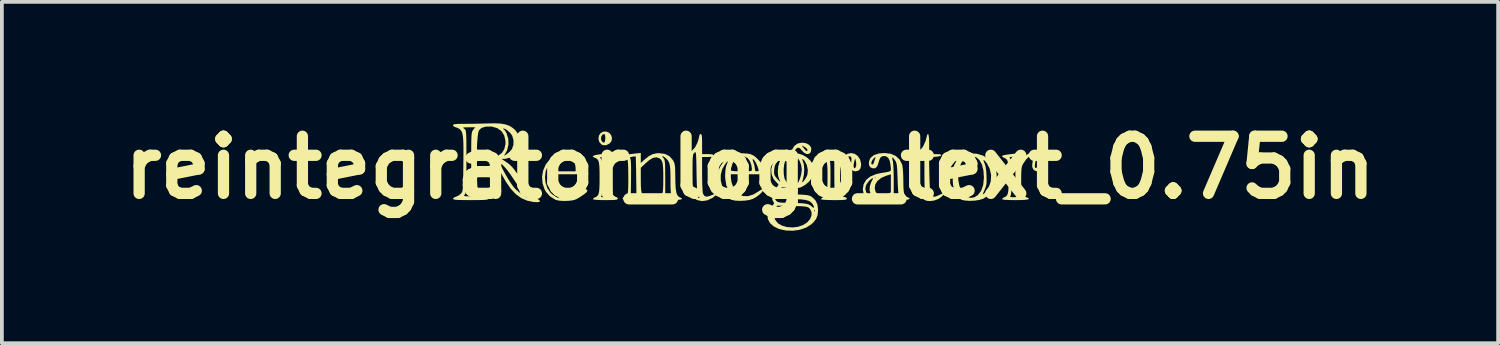
<source format=kicad_pcb>
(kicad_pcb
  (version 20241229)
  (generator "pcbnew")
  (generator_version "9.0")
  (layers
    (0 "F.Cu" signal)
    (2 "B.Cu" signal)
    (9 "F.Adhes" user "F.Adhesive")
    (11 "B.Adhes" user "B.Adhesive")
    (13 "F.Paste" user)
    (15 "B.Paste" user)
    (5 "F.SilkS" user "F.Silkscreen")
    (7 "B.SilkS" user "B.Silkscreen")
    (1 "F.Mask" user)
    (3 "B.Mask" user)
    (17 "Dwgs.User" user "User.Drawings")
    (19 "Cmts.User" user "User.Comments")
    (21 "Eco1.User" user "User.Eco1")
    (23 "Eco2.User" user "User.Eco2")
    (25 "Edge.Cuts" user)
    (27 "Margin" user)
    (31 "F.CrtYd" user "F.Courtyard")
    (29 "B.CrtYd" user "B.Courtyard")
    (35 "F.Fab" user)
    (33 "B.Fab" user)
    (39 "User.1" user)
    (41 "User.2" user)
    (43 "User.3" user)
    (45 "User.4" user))
  (footprint "reintegrator_logo_text_0.75in"
    (layer "F.Cu")
    (at 16.953 1.418)
    (property "Reference" "reintegrator_logo_text_0.75in" (at 0 0 0) (layer "F.SilkS") (effects (font (size 1.524 1.524) (thickness 0.3))))
    (attr board_only exclude_from_pos_files exclude_from_bom)
    (fp_poly (pts (xy -3.821 -0.957) (xy -3.749 -0.919) (xy -3.701 -0.857) (xy -3.681 -0.781) (xy -3.695 -0.704) (xy -3.746 -0.642) (xy -3.835 -0.595) (xy -3.92 -0.595) (xy -3.968 -0.62) (xy -4.024 -0.689) (xy -4.039 -0.755) (xy -3.974 -0.755) (xy -3.962 -0.719) (xy -3.923 -0.668) (xy -3.889 -0.666) (xy -3.866 -0.708) (xy -3.859 -0.779) (xy -3.863 -0.855) (xy -3.88 -0.889) (xy -3.897 -0.894) (xy -3.941 -0.872) (xy -3.969 -0.82) (xy -3.974 -0.755) (xy -4.039 -0.755) (xy -4.043 -0.771) (xy -4.028 -0.854) (xy -3.982 -0.921) (xy -3.909 -0.958)) (stroke (width 0) (type solid)) (fill yes) (layer "F.SilkS"))
    (fp_poly (pts (xy -3.68 0.159) (xy -3.679 0.341) (xy -3.678 0.48) (xy -3.675 0.581) (xy -3.67 0.651) (xy -3.662 0.697) (xy -3.652 0.727) (xy -3.637 0.746) (xy -3.633 0.75) (xy -3.585 0.783) (xy -3.556 0.792) (xy -3.53 0.813) (xy -3.526 0.83) (xy -3.534 0.846) (xy -3.561 0.857) (xy -3.616 0.864) (xy -3.705 0.868) (xy -3.837 0.869) (xy -3.859 0.869) (xy -4.006 0.867) (xy -4.112 0.861) (xy -4.175 0.852) (xy -4.191 0.843) (xy -4.17 0.815) (xy -4.128 0.793) (xy -4.087 0.772) (xy -4.057 0.74) (xy -4.036 0.691) (xy -4.022 0.616) (xy -4.015 0.509) (xy -4.012 0.361) (xy -4.012 0.268) (xy -4.013 0.098) (xy -4.018 -0.029) (xy -4.028 -0.12) (xy -4.045 -0.181) (xy -4.07 -0.221) (xy -4.106 -0.246) (xy -4.128 -0.256) (xy -4.141 -0.262) (xy -3.997 -0.262) (xy -3.977 -0.234) (xy -3.975 -0.231) (xy -3.96 -0.207) (xy -3.95 -0.167) (xy -3.942 -0.103) (xy -3.938 -0.008) (xy -3.936 0.124) (xy -3.935 0.272) (xy -3.937 0.459) (xy -3.941 0.598) (xy -3.948 0.693) (xy -3.958 0.747) (xy -3.966 0.761) (xy -3.975 0.781) (xy -3.945 0.79) (xy -3.888 0.792) (xy -3.822 0.79) (xy -3.796 0.779) (xy -3.801 0.754) (xy -3.807 0.743) (xy -3.816 0.7) (xy -3.823 0.613) (xy -3.829 0.489) (xy -3.832 0.334) (xy -3.833 0.198) (xy -3.833 -0.296) (xy -3.924 -0.286) (xy -3.982 -0.277) (xy -3.997 -0.262) (xy -4.141 -0.262) (xy -4.18 -0.28) (xy -4.195 -0.301) (xy -4.17 -0.319) (xy -4.103 -0.337) (xy -3.991 -0.354) (xy -3.839 -0.372) (xy -3.68 -0.39)) (stroke (width 0) (type solid)) (fill yes) (layer "F.SilkS"))
    (fp_poly (pts (xy 4.762 -0.867) (xy 4.773 -0.794) (xy 4.778 -0.682) (xy 4.778 -0.626) (xy 4.778 -0.358) (xy 4.947 -0.358) (xy 5.042 -0.355) (xy 5.093 -0.345) (xy 5.105 -0.328) (xy 5.104 -0.326) (xy 5.073 -0.305) (xy 4.998 -0.291) (xy 4.934 -0.286) (xy 4.774 -0.279) (xy 4.784 0.199) (xy 4.788 0.353) (xy 4.794 0.491) (xy 4.801 0.604) (xy 4.808 0.684) (xy 4.814 0.721) (xy 4.86 0.771) (xy 4.932 0.778) (xy 5.027 0.742) (xy 5.034 0.738) (xy 5.106 0.704) (xy 5.149 0.699) (xy 5.155 0.721) (xy 5.125 0.765) (xy 5.03 0.836) (xy 4.906 0.882) (xy 4.795 0.894) (xy 4.705 0.886) (xy 4.634 0.852) (xy 4.589 0.816) (xy 4.519 0.735) (xy 4.486 0.656) (xy 4.47 0.546) (xy 4.459 0.441) (xy 4.452 0.329) (xy 4.449 0.194) (xy 4.447 0.032) (xy 4.447 -0.081) (xy 4.524 -0.081) (xy 4.524 0.048) (xy 4.527 0.252) (xy 4.533 0.411) (xy 4.544 0.533) (xy 4.56 0.624) (xy 4.583 0.691) (xy 4.614 0.741) (xy 4.626 0.754) (xy 4.679 0.804) (xy 4.706 0.814) (xy 4.705 0.785) (xy 4.688 0.747) (xy 4.675 0.711) (xy 4.665 0.654) (xy 4.658 0.57) (xy 4.654 0.453) (xy 4.652 0.297) (xy 4.651 0.121) (xy 4.651 -0.436) (xy 4.587 -0.394) (xy 4.563 -0.377) (xy 4.546 -0.357) (xy 4.534 -0.325) (xy 4.528 -0.274) (xy 4.525 -0.196) (xy 4.524 -0.081) (xy 4.447 -0.081) (xy 4.446 -0.307) (xy 4.382 -0.307) (xy 4.33 -0.315) (xy 4.323 -0.336) (xy 4.36 -0.364) (xy 4.407 -0.383) (xy 4.52 -0.446) (xy 4.611 -0.553) (xy 4.681 -0.706) (xy 4.713 -0.824) (xy 4.731 -0.885) (xy 4.748 -0.898)) (stroke (width 0) (type solid)) (fill yes) (layer "F.SilkS"))
    (fp_poly (pts (xy -1.298 -0.886) (xy -1.287 -0.856) (xy -1.281 -0.796) (xy -1.278 -0.697) (xy -1.278 -0.626) (xy -1.278 -0.358) (xy -1.124 -0.358) (xy -1.035 -0.355) (xy -0.988 -0.344) (xy -0.971 -0.324) (xy -0.971 -0.319) (xy -0.983 -0.297) (xy -1.025 -0.285) (xy -1.106 -0.281) (xy -1.124 -0.281) (xy -1.278 -0.281) (xy -1.278 0.177) (xy -1.276 0.329) (xy -1.273 0.467) (xy -1.267 0.582) (xy -1.261 0.662) (xy -1.254 0.698) (xy -1.214 0.759) (xy -1.152 0.778) (xy -1.065 0.755) (xy -1.038 0.742) (xy -0.958 0.71) (xy -0.916 0.709) (xy -0.914 0.733) (xy -0.955 0.776) (xy -1.011 0.816) (xy -1.143 0.876) (xy -1.279 0.895) (xy -1.404 0.87) (xy -1.437 0.854) (xy -1.488 0.822) (xy -1.528 0.781) (xy -1.557 0.726) (xy -1.577 0.65) (xy -1.591 0.545) (xy -1.599 0.405) (xy -1.605 0.222) (xy -1.605 0.172) (xy -1.606 0.117) (xy -1.533 0.117) (xy -1.532 0.303) (xy -1.529 0.445) (xy -1.521 0.551) (xy -1.508 0.629) (xy -1.489 0.686) (xy -1.463 0.731) (xy -1.432 0.766) (xy -1.38 0.808) (xy -1.352 0.814) (xy -1.352 0.786) (xy -1.373 0.749) (xy -1.388 0.719) (xy -1.4 0.68) (xy -1.409 0.623) (xy -1.415 0.542) (xy -1.42 0.429) (xy -1.424 0.278) (xy -1.427 0.121) (xy -1.43 -0.061) (xy -1.433 -0.198) (xy -1.437 -0.296) (xy -1.441 -0.359) (xy -1.448 -0.395) (xy -1.457 -0.409) (xy -1.47 -0.406) (xy -1.485 -0.394) (xy -1.502 -0.374) (xy -1.515 -0.347) (xy -1.523 -0.303) (xy -1.529 -0.237) (xy -1.532 -0.14) (xy -1.533 -0.004) (xy -1.533 0.117) (xy -1.606 0.117) (xy -1.614 -0.307) (xy -1.676 -0.307) (xy -1.727 -0.317) (xy -1.733 -0.341) (xy -1.692 -0.368) (xy -1.68 -0.372) (xy -1.562 -0.434) (xy -1.466 -0.538) (xy -1.407 -0.652) (xy -1.378 -0.738) (xy -1.359 -0.811) (xy -1.354 -0.844) (xy -1.338 -0.885) (xy -1.316 -0.894)) (stroke (width 0) (type solid)) (fill yes) (layer "F.SilkS"))
    (fp_poly (pts (xy -4.722 -0.362) (xy -4.572 -0.301) (xy -4.453 -0.203) (xy -4.37 -0.071) (xy -4.329 0.07) (xy -4.312 0.179) (xy -5.212 0.179) (xy -5.197 0.3) (xy -5.157 0.471) (xy -5.087 0.605) (xy -4.992 0.7) (xy -4.878 0.754) (xy -4.75 0.766) (xy -4.615 0.731) (xy -4.478 0.649) (xy -4.431 0.61) (xy -4.389 0.578) (xy -4.361 0.583) (xy -4.347 0.597) (xy -4.337 0.623) (xy -4.356 0.655) (xy -4.409 0.701) (xy -4.443 0.726) (xy -4.529 0.784) (xy -4.614 0.834) (xy -4.66 0.856) (xy -4.742 0.877) (xy -4.853 0.889) (xy -4.975 0.891) (xy -5.087 0.884) (xy -5.173 0.866) (xy -5.188 0.86) (xy -5.334 0.77) (xy -5.442 0.648) (xy -5.479 0.583) (xy -5.534 0.418) (xy -5.546 0.251) (xy -5.468 0.251) (xy -5.454 0.404) (xy -5.406 0.547) (xy -5.324 0.67) (xy -5.32 0.674) (xy -5.26 0.726) (xy -5.185 0.776) (xy -5.117 0.809) (xy -5.089 0.817) (xy -5.1 0.802) (xy -5.138 0.764) (xy -5.16 0.743) (xy -5.257 0.625) (xy -5.319 0.482) (xy -5.349 0.307) (xy -5.353 0.204) (xy -5.35 0.102) (xy -5.206 0.102) (xy -4.651 0.102) (xy -4.651 0.012) (xy -4.664 -0.091) (xy -4.699 -0.187) (xy -4.748 -0.259) (xy -4.761 -0.268) (xy -4.658 -0.268) (xy -4.616 -0.187) (xy -4.588 -0.104) (xy -4.574 -0.012) (xy -4.574 -0.001) (xy -4.57 0.066) (xy -4.553 0.096) (xy -4.523 0.102) (xy -4.481 0.085) (xy -4.472 0.049) (xy -4.488 -0.031) (xy -4.53 -0.122) (xy -4.585 -0.201) (xy -4.605 -0.221) (xy -4.658 -0.268) (xy -4.761 -0.268) (xy -4.775 -0.279) (xy -4.861 -0.303) (xy -4.96 -0.301) (xy -5.045 -0.273) (xy -5.054 -0.267) (xy -5.113 -0.212) (xy -5.153 -0.136) (xy -5.182 -0.026) (xy -5.185 -0.013) (xy -5.206 0.102) (xy -5.35 0.102) (xy -5.349 0.075) (xy -5.336 -0.017) (xy -5.312 -0.087) (xy -5.305 -0.102) (xy -5.257 -0.192) (xy -5.311 -0.144) (xy -5.397 -0.035) (xy -5.449 0.1) (xy -5.468 0.251) (xy -5.546 0.251) (xy -5.546 0.244) (xy -5.516 0.074) (xy -5.447 -0.084) (xy -5.339 -0.216) (xy -5.327 -0.227) (xy -5.211 -0.313) (xy -5.092 -0.363) (xy -4.952 -0.382) (xy -4.899 -0.383)) (stroke (width 0) (type solid)) (fill yes) (layer "F.SilkS"))
    (fp_poly (pts (xy 6.042 -0.369) (xy 6.22 -0.316) (xy 6.371 -0.222) (xy 6.493 -0.087) (xy 6.533 -0.021) (xy 6.562 0.066) (xy 6.578 0.183) (xy 6.579 0.309) (xy 6.567 0.427) (xy 6.541 0.516) (xy 6.537 0.524) (xy 6.461 0.632) (xy 6.357 0.736) (xy 6.247 0.816) (xy 6.219 0.832) (xy 6.12 0.863) (xy 5.993 0.883) (xy 5.855 0.889) (xy 5.729 0.88) (xy 5.645 0.861) (xy 5.5 0.783) (xy 5.368 0.669) (xy 5.299 0.584) (xy 5.256 0.509) (xy 5.231 0.43) (xy 5.218 0.324) (xy 5.217 0.306) (xy 5.218 0.252) (xy 5.289 0.252) (xy 5.302 0.4) (xy 5.324 0.467) (xy 5.354 0.524) (xy 5.399 0.592) (xy 5.447 0.655) (xy 5.488 0.701) (xy 5.51 0.715) (xy 5.505 0.695) (xy 5.482 0.644) (xy 5.463 0.607) (xy 5.435 0.543) (xy 5.417 0.475) (xy 5.408 0.387) (xy 5.405 0.264) (xy 5.405 0.256) (xy 5.406 0.174) (xy 5.553 0.174) (xy 5.554 0.33) (xy 5.584 0.488) (xy 5.637 0.619) (xy 5.709 0.719) (xy 5.795 0.784) (xy 5.89 0.81) (xy 5.987 0.793) (xy 6.078 0.734) (xy 6.096 0.71) (xy 6.209 0.71) (xy 6.222 0.712) (xy 6.254 0.684) (xy 6.296 0.635) (xy 6.338 0.578) (xy 6.366 0.53) (xy 6.421 0.368) (xy 6.43 0.197) (xy 6.391 0.03) (xy 6.319 -0.109) (xy 6.27 -0.172) (xy 6.237 -0.2) (xy 6.225 -0.193) (xy 6.239 -0.148) (xy 6.252 -0.121) (xy 6.281 -0.035) (xy 6.3 0.097) (xy 6.307 0.207) (xy 6.31 0.331) (xy 6.307 0.42) (xy 6.295 0.489) (xy 6.272 0.555) (xy 6.263 0.575) (xy 6.233 0.646) (xy 6.213 0.696) (xy 6.209 0.71) (xy 6.096 0.71) (xy 6.165 0.619) (xy 6.219 0.466) (xy 6.238 0.275) (xy 6.238 0.269) (xy 6.225 0.077) (xy 6.186 -0.078) (xy 6.121 -0.196) (xy 6.034 -0.273) (xy 5.924 -0.306) (xy 5.898 -0.307) (xy 5.794 -0.283) (xy 5.703 -0.216) (xy 5.63 -0.113) (xy 5.579 0.019) (xy 5.553 0.174) (xy 5.406 0.174) (xy 5.407 0.133) (xy 5.414 0.046) (xy 5.43 -0.022) (xy 5.456 -0.084) (xy 5.465 -0.102) (xy 5.526 -0.217) (xy 5.459 -0.155) (xy 5.371 -0.042) (xy 5.313 0.099) (xy 5.289 0.252) (xy 5.218 0.252) (xy 5.218 0.153) (xy 5.245 0.031) (xy 5.302 -0.075) (xy 5.378 -0.163) (xy 5.49 -0.265) (xy 5.601 -0.33) (xy 5.727 -0.365) (xy 5.842 -0.378)) (stroke (width 0) (type solid)) (fill yes) (layer "F.SilkS"))
    (fp_poly (pts (xy -0.162 -0.379) (xy -0.054 -0.37) (xy 0.023 -0.353) (xy 0.09 -0.321) (xy 0.133 -0.292) (xy 0.249 -0.181) (xy 0.331 -0.042) (xy 0.366 0.083) (xy 0.38 0.179) (xy -0.511 0.179) (xy -0.51 0.275) (xy -0.494 0.392) (xy -0.451 0.514) (xy -0.391 0.622) (xy -0.32 0.7) (xy -0.309 0.708) (xy -0.188 0.76) (xy -0.055 0.764) (xy 0.09 0.719) (xy 0.244 0.626) (xy 0.248 0.623) (xy 0.307 0.586) (xy 0.341 0.585) (xy 0.348 0.592) (xy 0.341 0.626) (xy 0.3 0.676) (xy 0.235 0.735) (xy 0.156 0.792) (xy 0.081 0.834) (xy -0.014 0.865) (xy -0.137 0.883) (xy -0.271 0.889) (xy -0.397 0.882) (xy -0.496 0.861) (xy -0.511 0.855) (xy -0.656 0.765) (xy -0.762 0.642) (xy -0.828 0.487) (xy -0.854 0.302) (xy -0.855 0.281) (xy -0.853 0.195) (xy -0.78 0.195) (xy -0.78 0.35) (xy -0.742 0.499) (xy -0.667 0.63) (xy -0.557 0.735) (xy -0.53 0.752) (xy -0.45 0.797) (xy -0.407 0.815) (xy -0.404 0.804) (xy -0.441 0.766) (xy -0.462 0.748) (xy -0.564 0.629) (xy -0.632 0.474) (xy -0.662 0.287) (xy -0.664 0.223) (xy -0.658 0.094) (xy -0.656 0.075) (xy -0.511 0.075) (xy -0.486 0.088) (xy -0.413 0.097) (xy -0.295 0.102) (xy -0.23 0.102) (xy -0.107 0.102) (xy -0.027 0.099) (xy 0.021 0.093) (xy 0.043 0.081) (xy 0.05 0.061) (xy 0.051 0.045) (xy 0.036 -0.067) (xy -0.004 -0.171) (xy -0.042 -0.223) (xy 0.07 -0.223) (xy 0.075 -0.183) (xy 0.091 -0.141) (xy 0.116 -0.059) (xy 0.128 0.021) (xy 0.128 0.025) (xy 0.136 0.081) (xy 0.165 0.101) (xy 0.179 0.102) (xy 0.22 0.093) (xy 0.23 0.08) (xy 0.219 0.027) (xy 0.192 -0.048) (xy 0.158 -0.124) (xy 0.13 -0.172) (xy 0.089 -0.22) (xy 0.07 -0.223) (xy -0.042 -0.223) (xy -0.06 -0.247) (xy -0.068 -0.254) (xy -0.162 -0.3) (xy -0.264 -0.304) (xy -0.358 -0.268) (xy -0.39 -0.242) (xy -0.435 -0.176) (xy -0.476 -0.083) (xy -0.504 0.015) (xy -0.511 0.075) (xy -0.656 0.075) (xy -0.642 -0.015) (xy -0.626 -0.068) (xy -0.597 -0.14) (xy -0.592 -0.168) (xy -0.612 -0.153) (xy -0.66 -0.095) (xy -0.661 -0.094) (xy -0.741 0.044) (xy -0.78 0.195) (xy -0.853 0.195) (xy -0.852 0.172) (xy -0.841 0.091) (xy -0.815 0.019) (xy -0.782 -0.045) (xy -0.675 -0.195) (xy -0.545 -0.3) (xy -0.39 -0.361) (xy -0.206 -0.38)) (stroke (width 0) (type solid)) (fill yes) (layer "F.SilkS"))
    (fp_poly (pts (xy 7.232 -0.17) (xy 7.323 -0.276) (xy 7.383 -0.34) (xy 7.433 -0.372) (xy 7.493 -0.383) (xy 7.516 -0.383) (xy 7.595 -0.377) (xy 7.659 -0.361) (xy 7.667 -0.357) (xy 7.729 -0.298) (xy 7.772 -0.208) (xy 7.793 -0.104) (xy 7.787 -0.002) (xy 7.767 0.053) (xy 7.72 0.094) (xy 7.654 0.102) (xy 7.588 0.079) (xy 7.552 0.043) (xy 7.527 -0.015) (xy 7.527 -0.036) (xy 7.596 -0.036) (xy 7.603 0.002) (xy 7.603 0.002) (xy 7.629 0.019) (xy 7.651 -0.006) (xy 7.664 -0.065) (xy 7.666 -0.102) (xy 7.661 -0.169) (xy 7.648 -0.211) (xy 7.644 -0.215) (xy 7.627 -0.202) (xy 7.612 -0.156) (xy 7.6 -0.095) (xy 7.596 -0.036) (xy 7.527 -0.036) (xy 7.527 -0.09) (xy 7.534 -0.13) (xy 7.547 -0.226) (xy 7.539 -0.281) (xy 7.51 -0.304) (xy 7.489 -0.307) (xy 7.432 -0.283) (xy 7.364 -0.216) (xy 7.29 -0.109) (xy 7.285 -0.102) (xy 7.263 -0.06) (xy 7.248 -0.012) (xy 7.239 0.05) (xy 7.234 0.138) (xy 7.232 0.263) (xy 7.232 0.327) (xy 7.233 0.458) (xy 7.238 0.573) (xy 7.246 0.661) (xy 7.255 0.71) (xy 7.257 0.714) (xy 7.298 0.756) (xy 7.359 0.788) (xy 7.422 0.815) (xy 7.439 0.836) (xy 7.408 0.852) (xy 7.33 0.862) (xy 7.203 0.868) (xy 7.078 0.869) (xy 6.924 0.867) (xy 6.81 0.862) (xy 6.742 0.853) (xy 6.721 0.843) (xy 6.742 0.815) (xy 6.783 0.793) (xy 6.824 0.772) (xy 6.855 0.74) (xy 6.876 0.691) (xy 6.889 0.616) (xy 6.896 0.509) (xy 6.899 0.361) (xy 6.899 0.268) (xy 6.898 0.098) (xy 6.893 -0.029) (xy 6.883 -0.12) (xy 6.866 -0.181) (xy 6.841 -0.221) (xy 6.805 -0.246) (xy 6.783 -0.256) (xy 6.772 -0.262) (xy 6.92 -0.262) (xy 6.939 -0.238) (xy 6.952 -0.2) (xy 6.963 -0.12) (xy 6.971 -0.01) (xy 6.976 0.12) (xy 6.979 0.261) (xy 6.978 0.401) (xy 6.975 0.532) (xy 6.968 0.642) (xy 6.959 0.722) (xy 6.946 0.761) (xy 6.945 0.761) (xy 6.937 0.781) (xy 6.966 0.79) (xy 7.023 0.792) (xy 7.089 0.79) (xy 7.115 0.779) (xy 7.11 0.754) (xy 7.105 0.743) (xy 7.096 0.7) (xy 7.088 0.613) (xy 7.082 0.489) (xy 7.079 0.334) (xy 7.078 0.198) (xy 7.078 -0.296) (xy 6.99 -0.286) (xy 6.933 -0.277) (xy 6.92 -0.262) (xy 6.772 -0.262) (xy 6.736 -0.282) (xy 6.721 -0.303) (xy 6.729 -0.315) (xy 6.759 -0.327) (xy 6.818 -0.338) (xy 6.912 -0.352) (xy 7.048 -0.368) (xy 7.085 -0.372) (xy 7.232 -0.389)) (stroke (width 0) (type solid)) (fill yes) (layer "F.SilkS"))
    (fp_poly (pts (xy 2.79 -0.366) (xy 2.871 -0.31) (xy 2.932 -0.223) (xy 2.962 -0.109) (xy 2.964 -0.067) (xy 2.946 0.026) (xy 2.892 0.083) (xy 2.81 0.102) (xy 2.744 0.087) (xy 2.706 0.039) (xy 2.696 -0.028) (xy 2.763 -0.028) (xy 2.774 0.013) (xy 2.792 0.019) (xy 2.82 -0.012) (xy 2.832 -0.049) (xy 2.832 -0.12) (xy 2.822 -0.175) (xy 2.804 -0.243) (xy 2.784 -0.179) (xy 2.766 -0.097) (xy 2.763 -0.028) (xy 2.696 -0.028) (xy 2.693 -0.047) (xy 2.699 -0.139) (xy 2.706 -0.223) (xy 2.701 -0.269) (xy 2.682 -0.292) (xy 2.672 -0.297) (xy 2.621 -0.291) (xy 2.559 -0.246) (xy 2.496 -0.171) (xy 2.451 -0.097) (xy 2.43 -0.05) (xy 2.417 0.006) (xy 2.408 0.08) (xy 2.403 0.183) (xy 2.402 0.325) (xy 2.402 0.353) (xy 2.403 0.497) (xy 2.406 0.599) (xy 2.412 0.667) (xy 2.422 0.711) (xy 2.438 0.738) (xy 2.449 0.75) (xy 2.502 0.783) (xy 2.538 0.792) (xy 2.575 0.811) (xy 2.581 0.83) (xy 2.574 0.846) (xy 2.547 0.857) (xy 2.493 0.864) (xy 2.405 0.868) (xy 2.275 0.869) (xy 2.236 0.869) (xy 2.102 0.867) (xy 1.994 0.862) (xy 1.922 0.855) (xy 1.891 0.846) (xy 1.891 0.845) (xy 1.912 0.818) (xy 1.96 0.787) (xy 1.997 0.765) (xy 2.024 0.733) (xy 2.043 0.685) (xy 2.056 0.613) (xy 2.063 0.509) (xy 2.066 0.366) (xy 2.067 0.264) (xy 2.067 0.091) (xy 2.061 -0.037) (xy 2.049 -0.129) (xy 2.029 -0.191) (xy 1.999 -0.23) (xy 1.958 -0.254) (xy 1.955 -0.255) (xy 1.915 -0.278) (xy 2.079 -0.278) (xy 2.083 -0.259) (xy 2.104 -0.234) (xy 2.12 -0.21) (xy 2.131 -0.173) (xy 2.139 -0.114) (xy 2.144 -0.027) (xy 2.146 0.097) (xy 2.146 0.253) (xy 2.145 0.412) (xy 2.141 0.549) (xy 2.134 0.655) (xy 2.126 0.724) (xy 2.12 0.743) (xy 2.108 0.774) (xy 2.124 0.788) (xy 2.178 0.792) (xy 2.202 0.792) (xy 2.267 0.789) (xy 2.289 0.778) (xy 2.279 0.761) (xy 2.268 0.731) (xy 2.259 0.665) (xy 2.253 0.558) (xy 2.25 0.407) (xy 2.249 0.209) (xy 2.248 0.033) (xy 2.247 -0.099) (xy 2.244 -0.191) (xy 2.239 -0.251) (xy 2.232 -0.285) (xy 2.221 -0.298) (xy 2.208 -0.297) (xy 2.148 -0.283) (xy 2.115 -0.281) (xy 2.079 -0.278) (xy 1.915 -0.278) (xy 1.908 -0.281) (xy 1.891 -0.304) (xy 1.914 -0.32) (xy 1.977 -0.336) (xy 2.067 -0.351) (xy 2.173 -0.362) (xy 2.282 -0.368) (xy 2.287 -0.368) (xy 2.353 -0.367) (xy 2.385 -0.349) (xy 2.4 -0.3) (xy 2.405 -0.268) (xy 2.415 -0.212) (xy 2.422 -0.19) (xy 2.424 -0.193) (xy 2.443 -0.227) (xy 2.486 -0.279) (xy 2.507 -0.302) (xy 2.599 -0.366) (xy 2.696 -0.386)) (stroke (width 0) (type solid)) (fill yes) (layer "F.SilkS"))
    (fp_poly (pts (xy -2.913 -0.122) (xy -2.812 -0.213) (xy -2.699 -0.303) (xy -2.341 -0.303) (xy -2.331 -0.279) (xy -2.31 -0.253) (xy -2.293 -0.23) (xy -2.281 -0.2) (xy -2.272 -0.155) (xy -2.266 -0.088) (xy -2.263 0.009) (xy -2.262 0.143) (xy -2.261 0.297) (xy -2.261 0.792) (xy -2.161 0.792) (xy -2.098 0.789) (xy -2.08 0.777) (xy -2.09 0.761) (xy -2.104 0.723) (xy -2.114 0.64) (xy -2.12 0.51) (xy -2.121 0.369) (xy -2.122 0.194) (xy -2.126 0.062) (xy -2.135 -0.035) (xy -2.149 -0.106) (xy -2.172 -0.16) (xy -2.203 -0.204) (xy -2.229 -0.232) (xy -2.281 -0.278) (xy -2.321 -0.302) (xy -2.341 -0.303) (xy -2.699 -0.303) (xy -2.699 -0.304) (xy -2.595 -0.357) (xy -2.485 -0.381) (xy -2.422 -0.383) (xy -2.27 -0.363) (xy -2.148 -0.302) (xy -2.058 -0.2) (xy -2.051 -0.189) (xy -2.027 -0.142) (xy -2.011 -0.093) (xy -2.001 -0.031) (xy -1.996 0.056) (xy -1.994 0.179) (xy -1.993 0.243) (xy -1.99 0.428) (xy -1.981 0.569) (xy -1.964 0.67) (xy -1.938 0.738) (xy -1.902 0.779) (xy -1.877 0.793) (xy -1.822 0.819) (xy -1.814 0.84) (xy -1.854 0.855) (xy -1.942 0.864) (xy -2.08 0.868) (xy -2.146 0.869) (xy -2.287 0.868) (xy -2.383 0.864) (xy -2.442 0.857) (xy -2.472 0.846) (xy -2.479 0.833) (xy -2.457 0.801) (xy -2.415 0.782) (xy -2.378 0.766) (xy -2.351 0.736) (xy -2.333 0.683) (xy -2.321 0.603) (xy -2.315 0.486) (xy -2.313 0.327) (xy -2.313 0.281) (xy -2.314 0.112) (xy -2.32 -0.013) (xy -2.33 -0.103) (xy -2.347 -0.166) (xy -2.373 -0.209) (xy -2.408 -0.241) (xy -2.414 -0.245) (xy -2.495 -0.273) (xy -2.586 -0.257) (xy -2.691 -0.195) (xy -2.777 -0.121) (xy -2.913 0.007) (xy -2.913 0.321) (xy -2.911 0.485) (xy -2.903 0.605) (xy -2.887 0.689) (xy -2.862 0.744) (xy -2.826 0.779) (xy -2.799 0.792) (xy -2.743 0.819) (xy -2.734 0.839) (xy -2.772 0.854) (xy -2.859 0.864) (xy -2.995 0.868) (xy -3.066 0.869) (xy -3.205 0.868) (xy -3.3 0.865) (xy -3.358 0.859) (xy -3.389 0.848) (xy -3.398 0.833) (xy -3.399 0.83) (xy -3.38 0.797) (xy -3.364 0.792) (xy -3.322 0.775) (xy -3.288 0.745) (xy -3.272 0.721) (xy -3.26 0.683) (xy -3.253 0.624) (xy -3.248 0.536) (xy -3.246 0.412) (xy -3.246 0.266) (xy -3.247 0.122) (xy -3.25 -0.006) (xy -3.254 -0.107) (xy -3.26 -0.173) (xy -3.265 -0.194) (xy -3.301 -0.227) (xy -3.341 -0.253) (xy -3.346 -0.255) (xy -3.202 -0.255) (xy -3.193 -0.242) (xy -3.182 -0.201) (xy -3.175 -0.109) (xy -3.172 0.034) (xy -3.173 0.228) (xy -3.173 0.292) (xy -3.181 0.792) (xy -3.105 0.792) (xy -3.028 0.792) (xy -3.036 0.25) (xy -3.038 0.089) (xy -3.041 -0.053) (xy -3.044 -0.169) (xy -3.046 -0.251) (xy -3.048 -0.293) (xy -3.049 -0.297) (xy -3.074 -0.296) (xy -3.131 -0.289) (xy -3.137 -0.288) (xy -3.192 -0.275) (xy -3.202 -0.255) (xy -3.346 -0.255) (xy -3.386 -0.28) (xy -3.4 -0.302) (xy -3.381 -0.32) (xy -3.323 -0.337) (xy -3.223 -0.353) (xy -3.077 -0.371) (xy -3.06 -0.373) (xy -2.913 -0.389)) (stroke (width 0) (type solid)) (fill yes) (layer "F.SilkS"))
    (fp_poly (pts (xy 3.751 -0.367) (xy 3.886 -0.309) (xy 3.988 -0.216) (xy 4.053 -0.089) (xy 4.061 -0.061) (xy 4.072 0.008) (xy 4.081 0.114) (xy 4.087 0.241) (xy 4.089 0.358) (xy 4.091 0.512) (xy 4.098 0.623) (xy 4.114 0.699) (xy 4.14 0.749) (xy 4.177 0.78) (xy 4.207 0.793) (xy 4.254 0.819) (xy 4.253 0.84) (xy 4.206 0.856) (xy 4.114 0.866) (xy 3.998 0.869) (xy 3.885 0.868) (xy 3.814 0.864) (xy 3.776 0.856) (xy 3.759 0.84) (xy 3.756 0.818) (xy 3.754 0.781) (xy 3.74 0.771) (xy 3.702 0.786) (xy 3.644 0.819) (xy 3.542 0.861) (xy 3.421 0.883) (xy 3.302 0.883) (xy 3.207 0.86) (xy 3.095 0.786) (xy 3.028 0.69) (xy 3.007 0.582) (xy 3.011 0.559) (xy 3.075 0.559) (xy 3.096 0.656) (xy 3.162 0.739) (xy 3.2 0.766) (xy 3.261 0.8) (xy 3.302 0.816) (xy 3.315 0.813) (xy 3.293 0.79) (xy 3.278 0.779) (xy 3.217 0.707) (xy 3.189 0.609) (xy 3.192 0.553) (xy 3.326 0.553) (xy 3.35 0.648) (xy 3.405 0.716) (xy 3.485 0.759) (xy 3.521 0.765) (xy 3.563 0.755) (xy 3.628 0.728) (xy 3.655 0.715) (xy 3.756 0.663) (xy 3.756 0.181) (xy 3.644 0.215) (xy 3.504 0.274) (xy 3.402 0.354) (xy 3.342 0.448) (xy 3.326 0.553) (xy 3.192 0.553) (xy 3.195 0.496) (xy 3.235 0.382) (xy 3.258 0.342) (xy 3.281 0.296) (xy 3.271 0.283) (xy 3.235 0.303) (xy 3.177 0.353) (xy 3.173 0.358) (xy 3.101 0.457) (xy 3.075 0.559) (xy 3.011 0.559) (xy 3.03 0.444) (xy 3.098 0.33) (xy 3.174 0.268) (xy 3.322 0.268) (xy 3.335 0.281) (xy 3.347 0.268) (xy 3.335 0.256) (xy 3.322 0.268) (xy 3.174 0.268) (xy 3.209 0.24) (xy 3.361 0.176) (xy 3.479 0.15) (xy 3.603 0.13) (xy 3.684 0.115) (xy 3.732 0.098) (xy 3.754 0.074) (xy 3.758 0.035) (xy 3.752 -0.023) (xy 3.749 -0.054) (xy 3.726 -0.181) (xy 3.697 -0.236) (xy 3.793 -0.236) (xy 3.808 -0.177) (xy 3.816 -0.123) (xy 3.823 -0.028) (xy 3.829 0.097) (xy 3.832 0.241) (xy 3.833 0.351) (xy 3.833 0.792) (xy 3.911 0.792) (xy 3.964 0.786) (xy 3.972 0.766) (xy 3.969 0.76) (xy 3.961 0.725) (xy 3.953 0.648) (xy 3.945 0.538) (xy 3.939 0.406) (xy 3.935 0.307) (xy 3.93 0.149) (xy 3.924 0.033) (xy 3.917 -0.049) (xy 3.907 -0.106) (xy 3.893 -0.148) (xy 3.873 -0.183) (xy 3.862 -0.2) (xy 3.817 -0.257) (xy 3.794 -0.27) (xy 3.793 -0.236) (xy 3.697 -0.236) (xy 3.684 -0.262) (xy 3.62 -0.302) (xy 3.577 -0.307) (xy 3.515 -0.296) (xy 3.472 -0.258) (xy 3.441 -0.184) (xy 3.427 -0.129) (xy 3.392 -0.032) (xy 3.341 0.018) (xy 3.273 0.021) (xy 3.218 -0.001) (xy 3.18 -0.047) (xy 3.172 -0.1) (xy 3.235 -0.1) (xy 3.237 -0.096) (xy 3.265 -0.077) (xy 3.293 -0.103) (xy 3.306 -0.138) (xy 3.326 -0.207) (xy 3.339 -0.247) (xy 3.348 -0.278) (xy 3.331 -0.272) (xy 3.311 -0.256) (xy 3.267 -0.206) (xy 3.239 -0.147) (xy 3.235 -0.1) (xy 3.172 -0.1) (xy 3.169 -0.12) (xy 3.186 -0.201) (xy 3.22 -0.263) (xy 3.308 -0.333) (xy 3.436 -0.375) (xy 3.586 -0.387)) (stroke (width 0) (type solid)) (fill yes) (layer "F.SilkS"))
    (fp_poly (pts (xy -6.635 -1.17) (xy -6.511 -1.147) (xy -6.41 -1.109) (xy -6.322 -1.052) (xy -6.26 -0.996) (xy -6.178 -0.883) (xy -6.132 -0.752) (xy -6.124 -0.616) (xy -6.155 -0.488) (xy -6.218 -0.386) (xy -6.298 -0.322) (xy -6.401 -0.268) (xy -6.505 -0.236) (xy -6.552 -0.231) (xy -6.625 -0.23) (xy -6.526 -0.163) (xy -6.455 -0.114) (xy -6.395 -0.065) (xy -6.339 -0.008) (xy -6.279 0.066) (xy -6.209 0.163) (xy -6.121 0.293) (xy -6.093 0.335) (xy -5.965 0.519) (xy -5.853 0.662) (xy -5.752 0.769) (xy -5.657 0.844) (xy -5.632 0.86) (xy -5.599 0.89) (xy -5.612 0.912) (xy -5.664 0.923) (xy -5.75 0.921) (xy -5.775 0.919) (xy -5.949 0.882) (xy -6.106 0.813) (xy -6.249 0.708) (xy -6.383 0.564) (xy -6.513 0.376) (xy -6.632 0.163) (xy -6.703 0.03) (xy -6.762 -0.064) (xy -6.792 -0.096) (xy -6.657 -0.096) (xy -6.643 -0.052) (xy -6.61 0.018) (xy -6.564 0.106) (xy -6.509 0.205) (xy -6.449 0.307) (xy -6.388 0.403) (xy -6.332 0.484) (xy -6.291 0.538) (xy -6.229 0.599) (xy -6.149 0.667) (xy -6.063 0.731) (xy -5.984 0.783) (xy -5.923 0.813) (xy -5.904 0.817) (xy -5.915 0.802) (xy -5.953 0.76) (xy -6.003 0.712) (xy -6.062 0.647) (xy -6.137 0.551) (xy -6.217 0.44) (xy -6.279 0.348) (xy -6.404 0.162) (xy -6.511 0.023) (xy -6.599 -0.069) (xy -6.648 -0.104) (xy -6.657 -0.096) (xy -6.792 -0.096) (xy -6.819 -0.124) (xy -6.882 -0.159) (xy -6.962 -0.175) (xy -7.066 -0.179) (xy -7.08 -0.179) (xy -7.283 -0.179) (xy -7.282 0.134) (xy -7.281 0.266) (xy -7.277 0.387) (xy -7.272 0.486) (xy -7.266 0.543) (xy -7.226 0.648) (xy -7.152 0.731) (xy -7.056 0.779) (xy -7.051 0.78) (xy -6.998 0.802) (xy -6.976 0.833) (xy -6.984 0.846) (xy -7.011 0.855) (xy -7.064 0.862) (xy -7.15 0.866) (xy -7.274 0.868) (xy -7.442 0.869) (xy -7.449 0.869) (xy -7.619 0.868) (xy -7.744 0.866) (xy -7.831 0.862) (xy -7.885 0.855) (xy -7.913 0.846) (xy -7.922 0.833) (xy -7.922 0.833) (xy -7.899 0.802) (xy -7.848 0.78) (xy -7.778 0.75) (xy -7.714 0.699) (xy -7.696 0.68) (xy -7.682 0.659) (xy -7.672 0.63) (xy -7.664 0.587) (xy -7.658 0.526) (xy -7.654 0.438) (xy -7.651 0.319) (xy -7.648 0.163) (xy -7.646 -0.037) (xy -7.645 -0.102) (xy -7.643 -0.341) (xy -7.643 -0.534) (xy -7.646 -0.687) (xy -7.654 -0.805) (xy -7.668 -0.893) (xy -7.689 -0.957) (xy -7.719 -1.003) (xy -7.758 -1.035) (xy -7.808 -1.059) (xy -7.65 -1.059) (xy -7.631 -1.041) (xy -7.621 -1.033) (xy -7.605 -1.022) (xy -7.593 -1.007) (xy -7.583 -0.984) (xy -7.576 -0.946) (xy -7.571 -0.89) (xy -7.567 -0.809) (xy -7.565 -0.698) (xy -7.564 -0.551) (xy -7.564 -0.363) (xy -7.564 -0.16) (xy -7.564 0.071) (xy -7.565 0.256) (xy -7.567 0.401) (xy -7.57 0.512) (xy -7.574 0.592) (xy -7.58 0.648) (xy -7.588 0.685) (xy -7.598 0.709) (xy -7.606 0.72) (xy -7.626 0.745) (xy -7.622 0.759) (xy -7.585 0.765) (xy -7.506 0.767) (xy -7.491 0.767) (xy -7.334 0.767) (xy -7.385 0.715) (xy -7.399 0.699) (xy -7.411 0.678) (xy -7.419 0.647) (xy -7.426 0.599) (xy -7.43 0.53) (xy -7.433 0.434) (xy -7.435 0.306) (xy -7.436 0.138) (xy -7.436 -0.073) (xy -7.436 -0.137) (xy -7.436 -0.361) (xy -7.436 -0.4) (xy -7.284 -0.4) (xy -7.279 -0.322) (xy -7.273 -0.292) (xy -7.259 -0.273) (xy -7.23 -0.262) (xy -7.176 -0.259) (xy -7.086 -0.263) (xy -7.021 -0.268) (xy -6.906 -0.28) (xy -6.801 -0.297) (xy -6.725 -0.316) (xy -6.706 -0.323) (xy -6.615 -0.392) (xy -6.552 -0.495) (xy -6.522 -0.623) (xy -6.522 -0.706) (xy -6.555 -0.854) (xy -6.627 -0.969) (xy -6.721 -1.037) (xy -6.586 -1.037) (xy -6.582 -1.023) (xy -6.574 -1.022) (xy -6.547 -1.001) (xy -6.512 -0.948) (xy -6.493 -0.912) (xy -6.447 -0.766) (xy -6.442 -0.612) (xy -6.477 -0.467) (xy -6.501 -0.416) (xy -6.563 -0.309) (xy -6.478 -0.365) (xy -6.408 -0.423) (xy -6.352 -0.489) (xy -6.348 -0.496) (xy -6.31 -0.606) (xy -6.308 -0.729) (xy -6.342 -0.846) (xy -6.357 -0.872) (xy -6.403 -0.93) (xy -6.463 -0.984) (xy -6.523 -1.025) (xy -6.57 -1.042) (xy -6.586 -1.037) (xy -6.721 -1.037) (xy -6.735 -1.048) (xy -6.877 -1.09) (xy -6.911 -1.093) (xy -7.057 -1.09) (xy -7.165 -1.053) (xy -7.231 -0.989) (xy -7.245 -0.942) (xy -7.259 -0.857) (xy -7.27 -0.748) (xy -7.279 -0.626) (xy -7.283 -0.506) (xy -7.284 -0.4) (xy -7.436 -0.4) (xy -7.435 -0.539) (xy -7.434 -0.678) (xy -7.431 -0.783) (xy -7.427 -0.86) (xy -7.421 -0.914) (xy -7.413 -0.952) (xy -7.402 -0.978) (xy -7.388 -0.999) (xy -7.383 -1.006) (xy -7.33 -1.073) (xy -7.504 -1.073) (xy -7.594 -1.072) (xy -7.64 -1.069) (xy -7.65 -1.059) (xy -7.808 -1.059) (xy -7.808 -1.059) (xy -7.871 -1.081) (xy -7.877 -1.083) (xy -7.915 -1.111) (xy -7.922 -1.131) (xy -7.91 -1.147) (xy -7.871 -1.157) (xy -7.796 -1.163) (xy -7.68 -1.165) (xy -7.634 -1.165) (xy -7.492 -1.166) (xy -7.321 -1.168) (xy -7.143 -1.172) (xy -6.989 -1.176) (xy -6.791 -1.179)) (stroke (width 0) (type solid)) (fill yes) (layer "F.SilkS"))
    (fp_poly (pts (xy 1.499 -0.647) (xy 1.58 -0.602) (xy 1.628 -0.534) (xy 1.635 -0.489) (xy 1.618 -0.409) (xy 1.574 -0.365) (xy 1.512 -0.36) (xy 1.442 -0.395) (xy 1.391 -0.447) (xy 1.331 -0.513) (xy 1.282 -0.533) (xy 1.238 -0.508) (xy 1.215 -0.48) (xy 1.184 -0.429) (xy 1.185 -0.4) (xy 1.226 -0.383) (xy 1.288 -0.372) (xy 1.406 -0.335) (xy 1.52 -0.267) (xy 1.613 -0.18) (xy 1.65 -0.124) (xy 1.683 -0.018) (xy 1.69 0.105) (xy 1.672 0.223) (xy 1.652 0.274) (xy 1.578 0.373) (xy 1.471 0.464) (xy 1.358 0.527) (xy 1.27 0.548) (xy 1.155 0.555) (xy 1.031 0.549) (xy 0.92 0.529) (xy 0.903 0.524) (xy 0.855 0.522) (xy 0.813 0.559) (xy 0.803 0.574) (xy 0.779 0.618) (xy 0.777 0.651) (xy 0.801 0.675) (xy 0.858 0.692) (xy 0.952 0.703) (xy 1.088 0.712) (xy 1.196 0.716) (xy 1.345 0.722) (xy 1.453 0.728) (xy 1.528 0.737) (xy 1.582 0.749) (xy 1.622 0.767) (xy 1.655 0.788) (xy 1.744 0.873) (xy 1.796 0.98) (xy 1.814 1.117) (xy 1.814 1.137) (xy 1.803 1.267) (xy 1.763 1.371) (xy 1.687 1.467) (xy 1.632 1.517) (xy 1.497 1.602) (xy 1.332 1.659) (xy 1.148 1.685) (xy 0.959 1.68) (xy 0.778 1.64) (xy 0.767 1.636) (xy 0.63 1.569) (xy 0.532 1.48) (xy 0.476 1.376) (xy 0.464 1.263) (xy 0.485 1.191) (xy 0.64 1.191) (xy 0.642 1.309) (xy 0.675 1.401) (xy 0.746 1.487) (xy 0.853 1.549) (xy 0.985 1.587) (xy 1.131 1.598) (xy 1.279 1.581) (xy 1.42 1.532) (xy 1.421 1.532) (xy 1.526 1.462) (xy 1.601 1.375) (xy 1.64 1.28) (xy 1.641 1.186) (xy 1.623 1.15) (xy 1.712 1.15) (xy 1.721 1.171) (xy 1.729 1.167) (xy 1.732 1.137) (xy 1.729 1.133) (xy 1.714 1.136) (xy 1.712 1.15) (xy 1.623 1.15) (xy 1.599 1.103) (xy 1.589 1.092) (xy 1.564 1.07) (xy 1.534 1.055) (xy 1.49 1.044) (xy 1.424 1.036) (xy 1.328 1.031) (xy 1.192 1.027) (xy 1.128 1.026) (xy 0.725 1.017) (xy 0.679 1.086) (xy 0.64 1.191) (xy 0.485 1.191) (xy 0.497 1.147) (xy 0.574 1.041) (xy 0.625 0.984) (xy 0.643 0.95) (xy 0.632 0.925) (xy 0.625 0.919) (xy 0.6 0.872) (xy 0.591 0.815) (xy 0.656 0.815) (xy 0.694 0.885) (xy 0.74 0.919) (xy 0.784 0.93) (xy 0.867 0.938) (xy 0.977 0.944) (xy 1.091 0.946) (xy 1.265 0.948) (xy 1.397 0.954) (xy 1.494 0.966) (xy 1.563 0.985) (xy 1.613 1.012) (xy 1.642 1.037) (xy 1.687 1.072) (xy 1.707 1.067) (xy 1.7 1.029) (xy 1.674 0.981) (xy 1.628 0.928) (xy 1.566 0.889) (xy 1.479 0.864) (xy 1.36 0.849) (xy 1.201 0.844) (xy 1.14 0.843) (xy 0.973 0.841) (xy 0.851 0.833) (xy 0.768 0.818) (xy 0.717 0.795) (xy 0.693 0.762) (xy 0.688 0.735) (xy 0.687 0.677) (xy 0.663 0.737) (xy 0.656 0.815) (xy 0.591 0.815) (xy 0.588 0.794) (xy 0.588 0.781) (xy 0.595 0.705) (xy 0.625 0.638) (xy 0.682 0.564) (xy 0.734 0.501) (xy 0.757 0.464) (xy 0.753 0.44) (xy 0.726 0.416) (xy 0.722 0.412) (xy 0.629 0.309) (xy 0.576 0.183) (xy 0.573 0.143) (xy 0.641 0.143) (xy 0.652 0.2) (xy 0.684 0.252) (xy 0.715 0.29) (xy 0.773 0.354) (xy 0.802 0.378) (xy 0.803 0.365) (xy 0.778 0.313) (xy 0.778 0.313) (xy 0.749 0.217) (xy 0.741 0.095) (xy 0.747 0.041) (xy 0.897 0.041) (xy 0.9 0.169) (xy 0.918 0.282) (xy 0.93 0.317) (xy 0.99 0.412) (xy 1.068 0.468) (xy 1.155 0.481) (xy 1.243 0.448) (xy 1.246 0.446) (xy 1.287 0.396) (xy 1.388 0.396) (xy 1.407 0.385) (xy 1.44 0.351) (xy 1.492 0.276) (xy 1.53 0.191) (xy 1.531 0.186) (xy 1.542 0.066) (xy 1.516 -0.062) (xy 1.461 -0.17) (xy 1.422 -0.214) (xy 1.396 -0.228) (xy 1.391 -0.211) (xy 1.402 -0.185) (xy 1.435 -0.084) (xy 1.446 0.048) (xy 1.436 0.193) (xy 1.405 0.336) (xy 1.394 0.371) (xy 1.388 0.396) (xy 1.287 0.396) (xy 1.29 0.392) (xy 1.33 0.303) (xy 1.362 0.193) (xy 1.378 0.08) (xy 1.38 0.039) (xy 1.365 -0.065) (xy 1.327 -0.168) (xy 1.273 -0.254) (xy 1.211 -0.307) (xy 1.196 -0.314) (xy 1.104 -0.318) (xy 1.019 -0.278) (xy 0.951 -0.198) (xy 0.94 -0.179) (xy 0.911 -0.082) (xy 0.897 0.041) (xy 0.747 0.041) (xy 0.754 -0.032) (xy 0.787 -0.145) (xy 0.795 -0.161) (xy 0.848 -0.268) (xy 0.752 -0.174) (xy 0.692 -0.108) (xy 0.661 -0.046) (xy 0.646 0.038) (xy 0.645 0.058) (xy 0.641 0.143) (xy 0.573 0.143) (xy 0.565 0.047) (xy 0.599 -0.087) (xy 0.632 -0.149) (xy 0.707 -0.234) (xy 0.808 -0.308) (xy 0.917 -0.361) (xy 1.016 -0.383) (xy 1.022 -0.383) (xy 1.073 -0.395) (xy 1.106 -0.437) (xy 1.121 -0.472) (xy 1.182 -0.577) (xy 1.202 -0.591) (xy 1.376 -0.591) (xy 1.434 -0.513) (xy 1.486 -0.453) (xy 1.52 -0.437) (xy 1.533 -0.466) (xy 1.533 -0.472) (xy 1.512 -0.508) (xy 1.462 -0.547) (xy 1.455 -0.55) (xy 1.376 -0.591) (xy 1.202 -0.591) (xy 1.274 -0.642) (xy 1.393 -0.664)) (stroke (width 0) (type solid)) (fill yes) (layer "F.SilkS")))
  (gr_rect
    (start -3 -3)
    (end 36.905 6.103)
    (stroke (width 0.1) (type default))
    (fill no)
    (layer "Edge.Cuts")))
</source>
